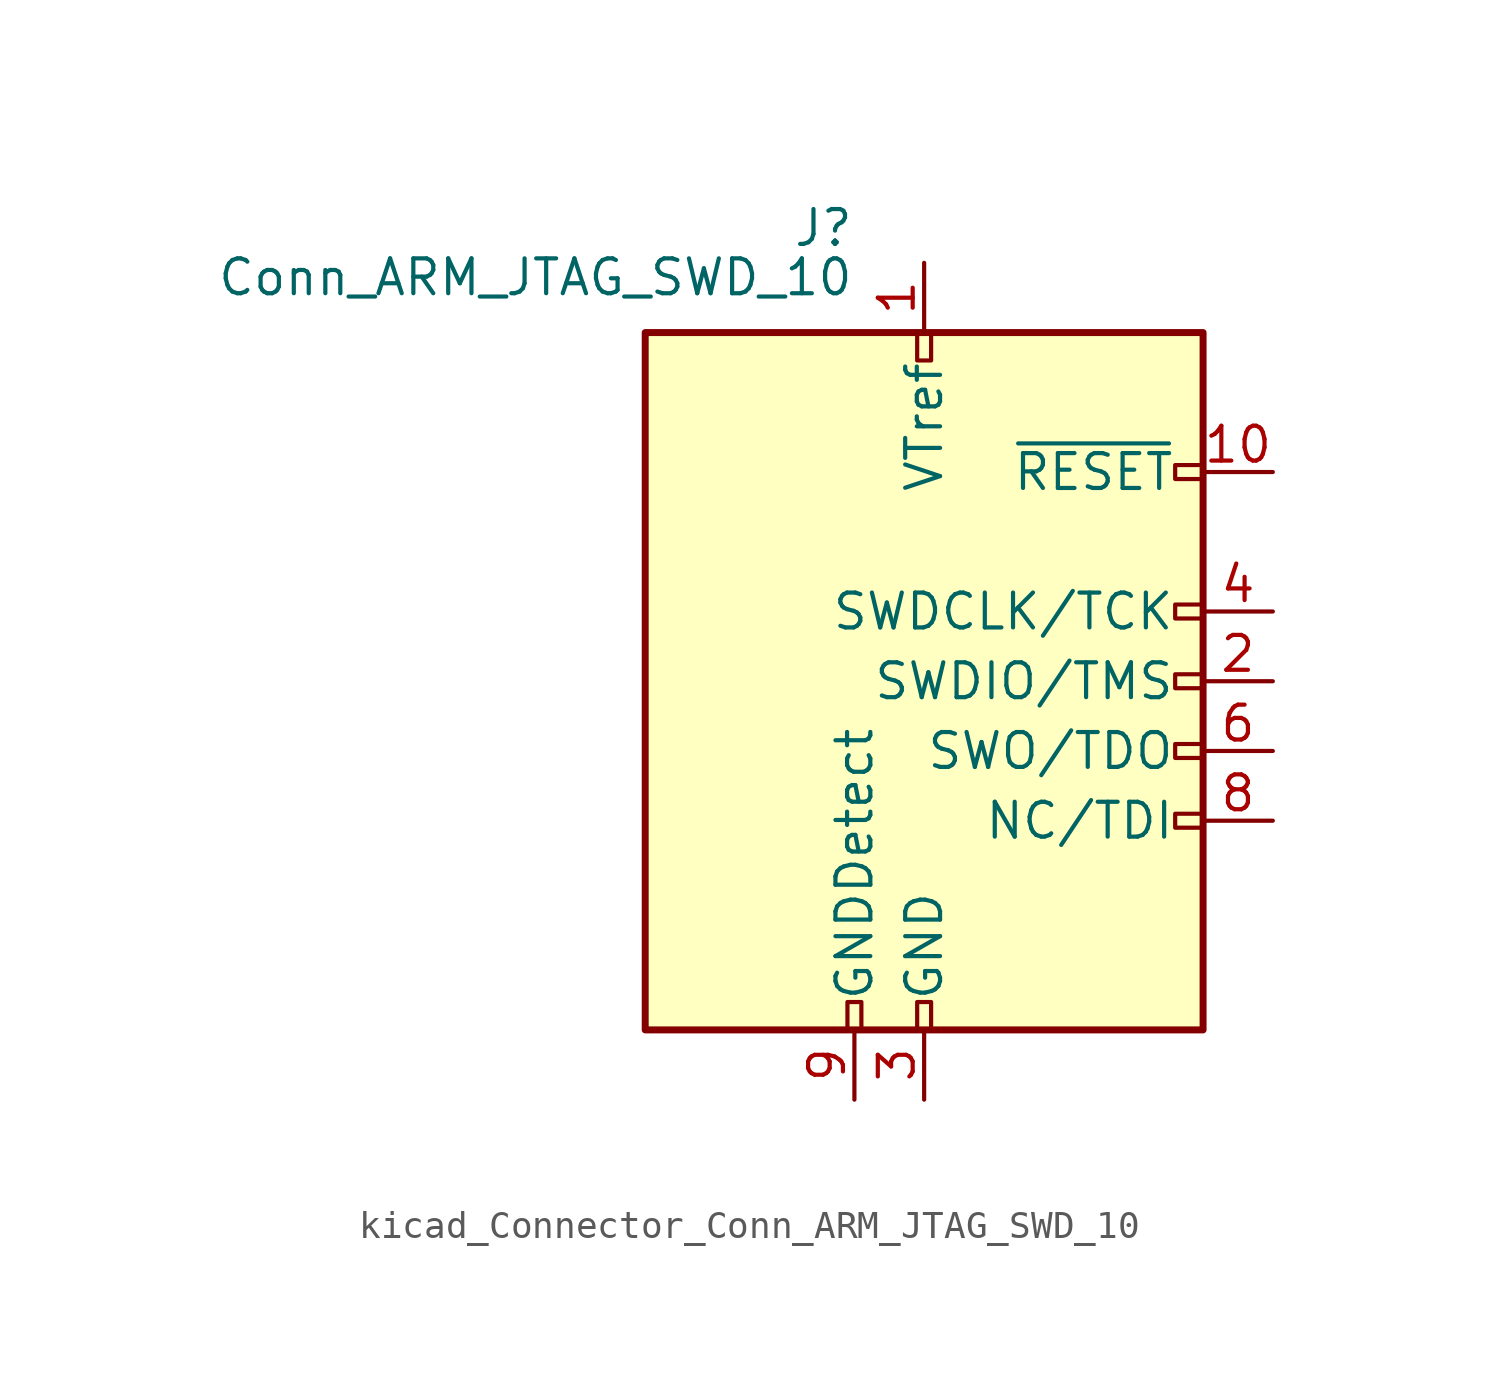
<source format=kicad_sym>
(kicad_symbol_lib
  (version 20220914)
  (generator kicad_symbol_editor)
  (symbol "kicad_Connector_Conn_ARM_JTAG_SWD_10"
    (pin_names
      (offset 1.016))
    (property "Reference" "J"
      (at -2.54 16.51 0)
      (effects (font (size 1.27 1.27)) (justify right)))
    (property "Value" "Conn_ARM_JTAG_SWD_10"
      (at -2.54 13.97 0)
      (effects (font (size 1.27 1.27)) (justify right bottom)))
    (symbol "kicad_Connector_Conn_ARM_JTAG_SWD_10_0_1"
      (rectangle (start -10.16 12.7) (end 10.16 -12.7) (stroke (width 0.254) (type default)) (fill (type background)))
      (rectangle (start -2.794 -12.7) (end -2.286 -11.684) (stroke (width 0) (type default)) (fill (type none)))
      (rectangle (start -0.254 -12.7) (end 0.254 -11.684) (stroke (width 0) (type default)) (fill (type none)))
      (rectangle (start -0.254 12.7) (end 0.254 11.684) (stroke (width 0) (type default)) (fill (type none)))
      (rectangle (start 9.144 2.286) (end 10.16 2.794) (stroke (width 0) (type default)) (fill (type none)))
      (rectangle (start 10.16 -2.794) (end 9.144 -2.286) (stroke (width 0) (type default)) (fill (type none)))
      (rectangle (start 10.16 -0.254) (end 9.144 0.254) (stroke (width 0) (type default)) (fill (type none)))
      (rectangle (start 10.16 7.874) (end 9.144 7.366) (stroke (width 0) (type default)) (fill (type none))))
    (symbol "kicad_Connector_Conn_ARM_JTAG_SWD_10_1_1"
      (rectangle (start 9.144 -5.334) (end 10.16 -4.826) (stroke (width 0) (type default)) (fill (type none)))
      (pin power_in line (at 0 15.24 270) (length 2.54) (name "VTref" (effects (font (size 1.27 1.27)))) (number "1" (effects (font (size 1.27 1.27)))))
      (pin open_collector line (at 12.7 7.62 180) (length 2.54) (name "~{RESET}" (effects (font (size 1.27 1.27)))) (number "10" (effects (font (size 1.27 1.27)))))
      (pin bidirectional line (at 12.7 0 180) (length 2.54) (name "SWDIO/TMS" (effects (font (size 1.27 1.27)))) (number "2" (effects (font (size 1.27 1.27)))))
      (pin power_in line (at 0 -15.24 90) (length 2.54) (name "GND" (effects (font (size 1.27 1.27)))) (number "3" (effects (font (size 1.27 1.27)))))
      (pin output line (at 12.7 2.54 180) (length 2.54) (name "SWDCLK/TCK" (effects (font (size 1.27 1.27)))) (number "4" (effects (font (size 1.27 1.27)))))
      (pin passive line (at 0 -15.24 90) (length 2.54) hide (name "GND" (effects (font (size 1.27 1.27)))) (number "5" (effects (font (size 1.27 1.27)))))
      (pin input line (at 12.7 -2.54 180) (length 2.54) (name "SWO/TDO" (effects (font (size 1.27 1.27)))) (number "6" (effects (font (size 1.27 1.27)))))
      (pin no_connect line (at -10.16 0 0) (length 2.54) hide (name "KEY" (effects (font (size 1.27 1.27)))) (number "7" (effects (font (size 1.27 1.27)))))
      (pin output line (at 12.7 -5.08 180) (length 2.54) (name "NC/TDI" (effects (font (size 1.27 1.27)))) (number "8" (effects (font (size 1.27 1.27)))))
      (pin passive line (at -2.54 -15.24 90) (length 2.54) (name "GNDDetect" (effects (font (size 1.27 1.27)))) (number "9" (effects (font (size 1.27 1.27))))))))
</source>
